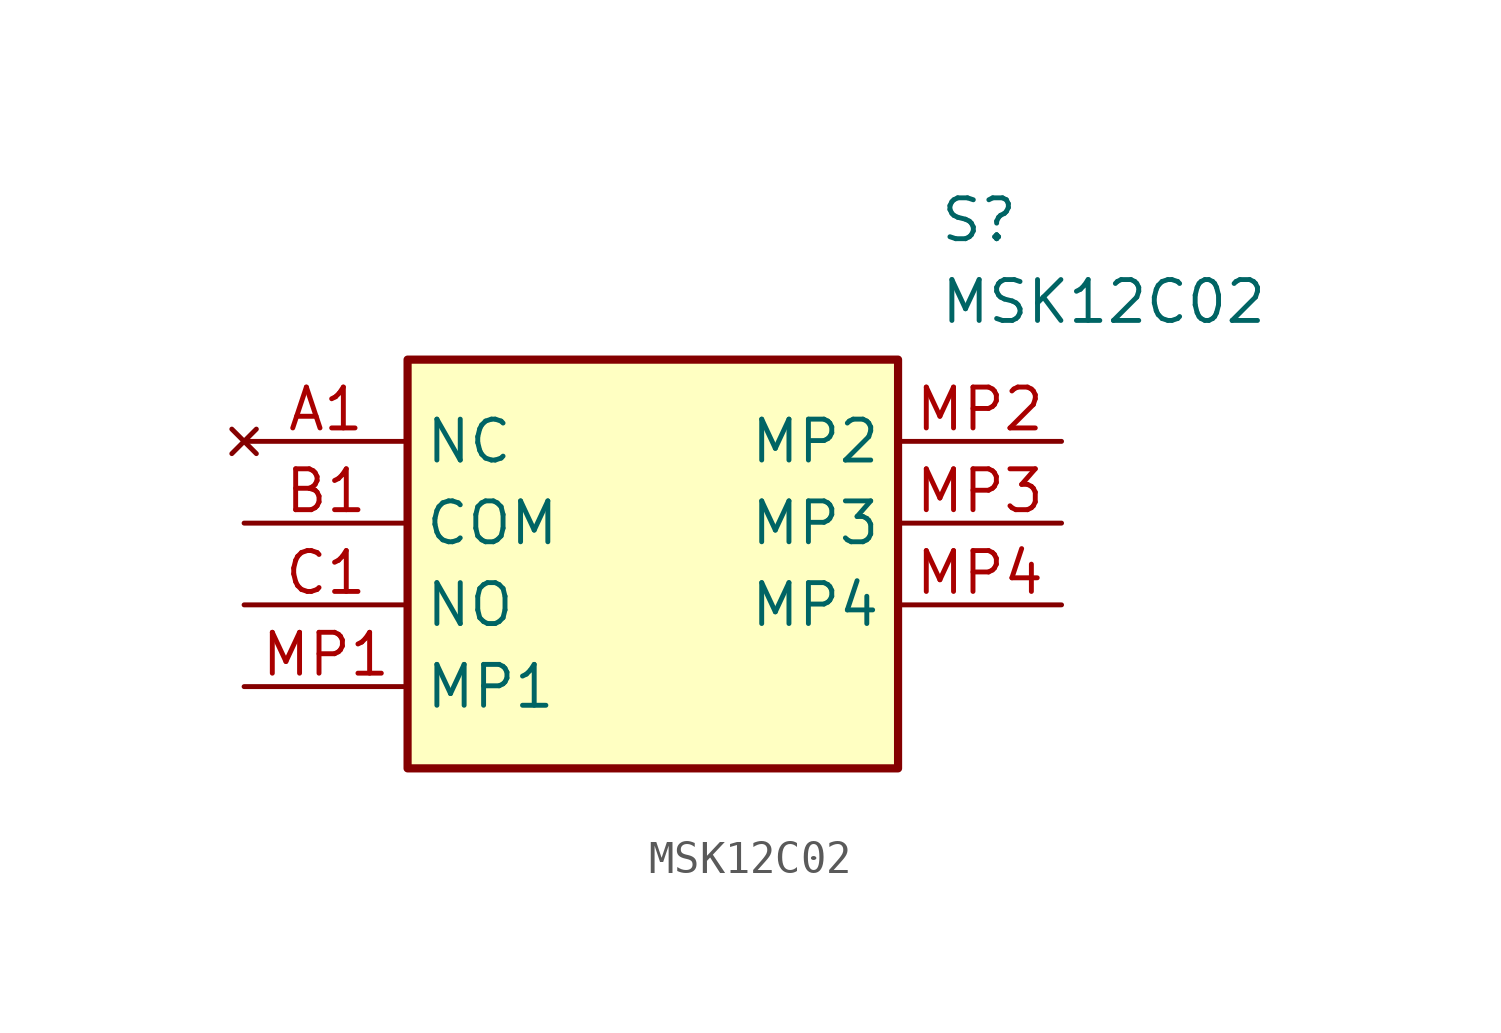
<source format=kicad_sym>
(kicad_symbol_lib
  (version 20211014)
  (generator SamacSys_ECAD_Model)
  (symbol "MSK12C02"
    (property "Reference" "S"
      (at 21.59 7.62 0)
      (effects (font (size 1.27 1.27)) (justify left top)))
    (property "Value" "MSK12C02"
      (at 21.59 5.08 0)
      (effects (font (size 1.27 1.27)) (justify left top)))
    (rectangle
      (start 5.08 2.54)
      (end 20.32 -10.16)
      (stroke (width 0.254) (type default))
      (fill (type background)))
    (pin no_connect line
      (at 0 0 0)
      (length 5.08)
      (name "NC" (effects (font (size 1.27 1.27))))
      (number "A1" (effects (font (size 1.27 1.27)))))
    (pin passive line
      (at 0 -2.54 0)
      (length 5.08)
      (name "COM" (effects (font (size 1.27 1.27))))
      (number "B1" (effects (font (size 1.27 1.27)))))
    (pin passive line
      (at 0 -5.08 0)
      (length 5.08)
      (name "NO" (effects (font (size 1.27 1.27))))
      (number "C1" (effects (font (size 1.27 1.27)))))
    (pin passive line
      (at 0 -7.62 0)
      (length 5.08)
      (name "MP1" (effects (font (size 1.27 1.27))))
      (number "MP1" (effects (font (size 1.27 1.27)))))
    (pin passive line
      (at 25.4 0 180)
      (length 5.08)
      (name "MP2" (effects (font (size 1.27 1.27))))
      (number "MP2" (effects (font (size 1.27 1.27)))))
    (pin passive line
      (at 25.4 -2.54 180)
      (length 5.08)
      (name "MP3" (effects (font (size 1.27 1.27))))
      (number "MP3" (effects (font (size 1.27 1.27)))))
    (pin passive line
      (at 25.4 -5.08 180)
      (length 5.08)
      (name "MP4" (effects (font (size 1.27 1.27))))
      (number "MP4" (effects (font (size 1.27 1.27)))))))
</source>
